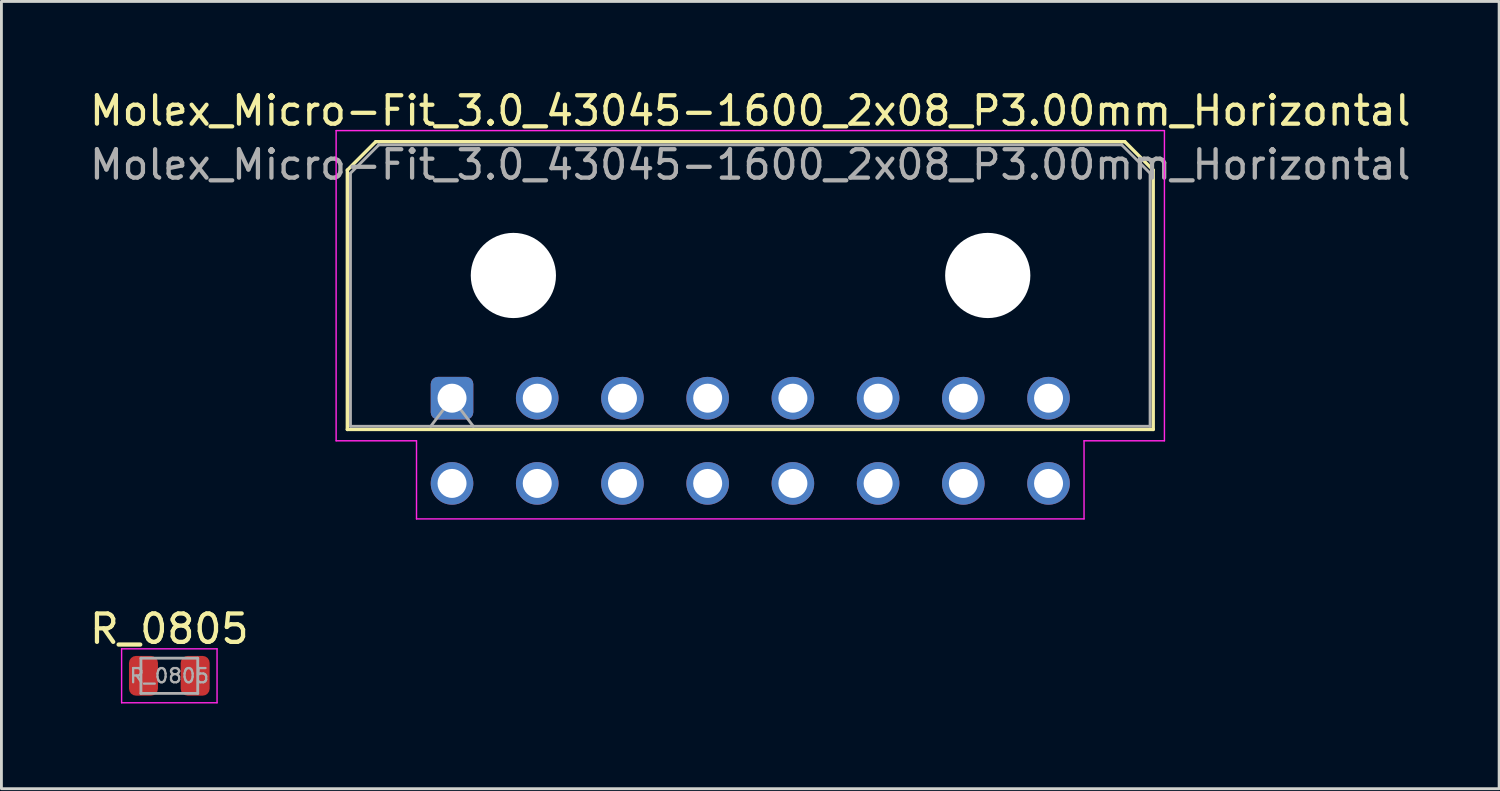
<source format=kicad_pcb>
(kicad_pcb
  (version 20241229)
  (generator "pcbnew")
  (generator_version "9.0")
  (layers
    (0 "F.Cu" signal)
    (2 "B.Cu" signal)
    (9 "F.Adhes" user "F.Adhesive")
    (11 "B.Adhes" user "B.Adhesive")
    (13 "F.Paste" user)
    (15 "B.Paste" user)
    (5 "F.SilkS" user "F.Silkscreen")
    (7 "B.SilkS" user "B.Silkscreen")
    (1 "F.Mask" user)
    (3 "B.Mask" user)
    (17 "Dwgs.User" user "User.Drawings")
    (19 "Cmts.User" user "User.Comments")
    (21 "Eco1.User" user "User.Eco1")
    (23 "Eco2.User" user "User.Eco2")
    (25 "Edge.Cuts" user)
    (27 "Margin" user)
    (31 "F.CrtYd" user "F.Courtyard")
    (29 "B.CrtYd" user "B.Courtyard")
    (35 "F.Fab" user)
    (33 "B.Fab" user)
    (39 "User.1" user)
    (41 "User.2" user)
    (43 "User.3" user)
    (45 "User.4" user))
  (footprint "R_0805"
    (layer "F.Cu")
    (at 2.911 20.741)
    (property "Reference" "R_0805" (at 0 -1.65 0) (layer "F.SilkS") (effects (font (size 1 1) (thickness 0.15))))
    (attr smd)
    (fp_line (start -1.68 -0.95) (end 1.68 -0.95) (stroke (width 0.05) (type solid)) (layer "F.CrtYd"))
    (fp_line (start -1.68 0.95) (end -1.68 -0.95) (stroke (width 0.05) (type solid)) (layer "F.CrtYd"))
    (fp_line (start 1.68 -0.95) (end 1.68 0.95) (stroke (width 0.05) (type solid)) (layer "F.CrtYd"))
    (fp_line (start 1.68 0.95) (end -1.68 0.95) (stroke (width 0.05) (type solid)) (layer "F.CrtYd"))
    (fp_line (start -1 -0.62) (end 1 -0.62) (stroke (width 0.1) (type solid)) (layer "F.Fab"))
    (fp_line (start -1 0.62) (end -1 -0.62) (stroke (width 0.1) (type solid)) (layer "F.Fab"))
    (fp_line (start 1 -0.62) (end 1 0.62) (stroke (width 0.1) (type solid)) (layer "F.Fab"))
    (fp_line (start 1 0.62) (end -1 0.62) (stroke (width 0.1) (type solid)) (layer "F.Fab"))
    (fp_text user "${REFERENCE}" (at 0 0 0) (layer "F.Fab") (effects (font (size 0.5 0.5) (thickness 0.08))))
    (pad "1" smd roundrect (at -0.91 0) (size 1.02 1.4) (layers "F.Cu" "F.Mask" "F.Paste") (roundrect_rratio 0.244))
    (pad "2" smd roundrect (at 0.91 0) (size 1.02 1.4) (layers "F.Cu" "F.Mask" "F.Paste") (roundrect_rratio 0.244)))
  (footprint "Molex_Micro-Fit_3.0_43045-1600_2x08_P3.00mm_Horizontal"
    (layer "F.Cu")
    (at 12.863 10.968)
    (property "Reference" "Molex_Micro-Fit_3.0_43045-1600_2x08_P3.00mm_Horizontal" (at 10.5 -10.12 0) (layer "F.SilkS") (effects (font (size 1 1) (thickness 0.15))))
    (attr through_hole)
    (fp_line (start -3.685 -8.03) (end -2.685 -9.03) (stroke (width 0.12) (type solid)) (layer "F.SilkS"))
    (fp_line (start -3.685 1.1) (end -3.685 -8.03) (stroke (width 0.12) (type solid)) (layer "F.SilkS"))
    (fp_line (start -2.685 -9.03) (end 23.685 -9.03) (stroke (width 0.12) (type solid)) (layer "F.SilkS"))
    (fp_line (start 23.685 -9.03) (end 24.685 -8.03) (stroke (width 0.12) (type solid)) (layer "F.SilkS"))
    (fp_line (start 24.685 -8.03) (end 24.685 1.1) (stroke (width 0.12) (type solid)) (layer "F.SilkS"))
    (fp_line (start 24.685 1.1) (end -3.685 1.1) (stroke (width 0.12) (type solid)) (layer "F.SilkS"))
    (fp_line (start -4.08 -9.42) (end 25.08 -9.42) (stroke (width 0.05) (type solid)) (layer "F.CrtYd"))
    (fp_line (start -4.08 1.5) (end -4.08 -9.42) (stroke (width 0.05) (type solid)) (layer "F.CrtYd"))
    (fp_line (start -1.25 1.5) (end -4.08 1.5) (stroke (width 0.05) (type solid)) (layer "F.CrtYd"))
    (fp_line (start -1.25 4.25) (end -1.25 1.5) (stroke (width 0.05) (type solid)) (layer "F.CrtYd"))
    (fp_line (start 22.25 1.5) (end 22.25 4.25) (stroke (width 0.05) (type solid)) (layer "F.CrtYd"))
    (fp_line (start 22.25 4.25) (end -1.25 4.25) (stroke (width 0.05) (type solid)) (layer "F.CrtYd"))
    (fp_line (start 25.08 -9.42) (end 25.08 1.5) (stroke (width 0.05) (type solid)) (layer "F.CrtYd"))
    (fp_line (start 25.08 1.5) (end 22.25 1.5) (stroke (width 0.05) (type solid)) (layer "F.CrtYd"))
    (fp_line (start -3.575 -7.92) (end -2.575 -8.92) (stroke (width 0.1) (type solid)) (layer "F.Fab"))
    (fp_line (start -3.575 0.99) (end -3.575 -7.92) (stroke (width 0.1) (type solid)) (layer "F.Fab"))
    (fp_line (start -2.575 -8.92) (end 23.575 -8.92) (stroke (width 0.1) (type solid)) (layer "F.Fab"))
    (fp_line (start -0.75 0.99) (end 0 0) (stroke (width 0.1) (type solid)) (layer "F.Fab"))
    (fp_line (start 0 0) (end 0.75 0.99) (stroke (width 0.1) (type solid)) (layer "F.Fab"))
    (fp_line (start 23.575 -8.92) (end 24.575 -7.92) (stroke (width 0.1) (type solid)) (layer "F.Fab"))
    (fp_line (start 24.575 -7.92) (end 24.575 0.99) (stroke (width 0.1) (type solid)) (layer "F.Fab"))
    (fp_line (start 24.575 0.99) (end -3.575 0.99) (stroke (width 0.1) (type solid)) (layer "F.Fab"))
    (fp_text user "${REFERENCE}" (at 10.5 -8.22 0) (layer "F.Fab") (effects (font (size 1 1) (thickness 0.15))))
    (pad "" np_thru_hole circle (at 2.16 -4.32) (size 3 3) (drill 3) (layers "*.Cu" "*.Mask"))
    (pad "" np_thru_hole circle (at 18.86 -4.32) (size 3 3) (drill 3) (layers "*.Cu" "*.Mask"))
    (pad "1" thru_hole roundrect (at 0 0) (size 1.5 1.5) (drill 1.02) (layers "*.Cu" "*.Mask") (roundrect_rratio 0.167))
    (pad "2" thru_hole circle (at 3 0) (size 1.5 1.5) (drill 1.02) (layers "*.Cu" "*.Mask"))
    (pad "3" thru_hole circle (at 6 0) (size 1.5 1.5) (drill 1.02) (layers "*.Cu" "*.Mask"))
    (pad "4" thru_hole circle (at 9 0) (size 1.5 1.5) (drill 1.02) (layers "*.Cu" "*.Mask"))
    (pad "5" thru_hole circle (at 12 0) (size 1.5 1.5) (drill 1.02) (layers "*.Cu" "*.Mask"))
    (pad "6" thru_hole circle (at 15 0) (size 1.5 1.5) (drill 1.02) (layers "*.Cu" "*.Mask"))
    (pad "7" thru_hole circle (at 18 0) (size 1.5 1.5) (drill 1.02) (layers "*.Cu" "*.Mask"))
    (pad "8" thru_hole circle (at 21 0) (size 1.5 1.5) (drill 1.02) (layers "*.Cu" "*.Mask"))
    (pad "9" thru_hole circle (at 0 3) (size 1.5 1.5) (drill 1.02) (layers "*.Cu" "*.Mask"))
    (pad "10" thru_hole circle (at 3 3) (size 1.5 1.5) (drill 1.02) (layers "*.Cu" "*.Mask"))
    (pad "11" thru_hole circle (at 6 3) (size 1.5 1.5) (drill 1.02) (layers "*.Cu" "*.Mask"))
    (pad "12" thru_hole circle (at 9 3) (size 1.5 1.5) (drill 1.02) (layers "*.Cu" "*.Mask"))
    (pad "13" thru_hole circle (at 12 3) (size 1.5 1.5) (drill 1.02) (layers "*.Cu" "*.Mask"))
    (pad "14" thru_hole circle (at 15 3) (size 1.5 1.5) (drill 1.02) (layers "*.Cu" "*.Mask"))
    (pad "15" thru_hole circle (at 18 3) (size 1.5 1.5) (drill 1.02) (layers "*.Cu" "*.Mask"))
    (pad "16" thru_hole circle (at 21 3) (size 1.5 1.5) (drill 1.02) (layers "*.Cu" "*.Mask")))
  (gr_rect
    (start -3 -3)
    (end 49.726 24.716)
    (stroke (width 0.1) (type default))
    (fill no)
    (layer "Edge.Cuts")))
</source>
